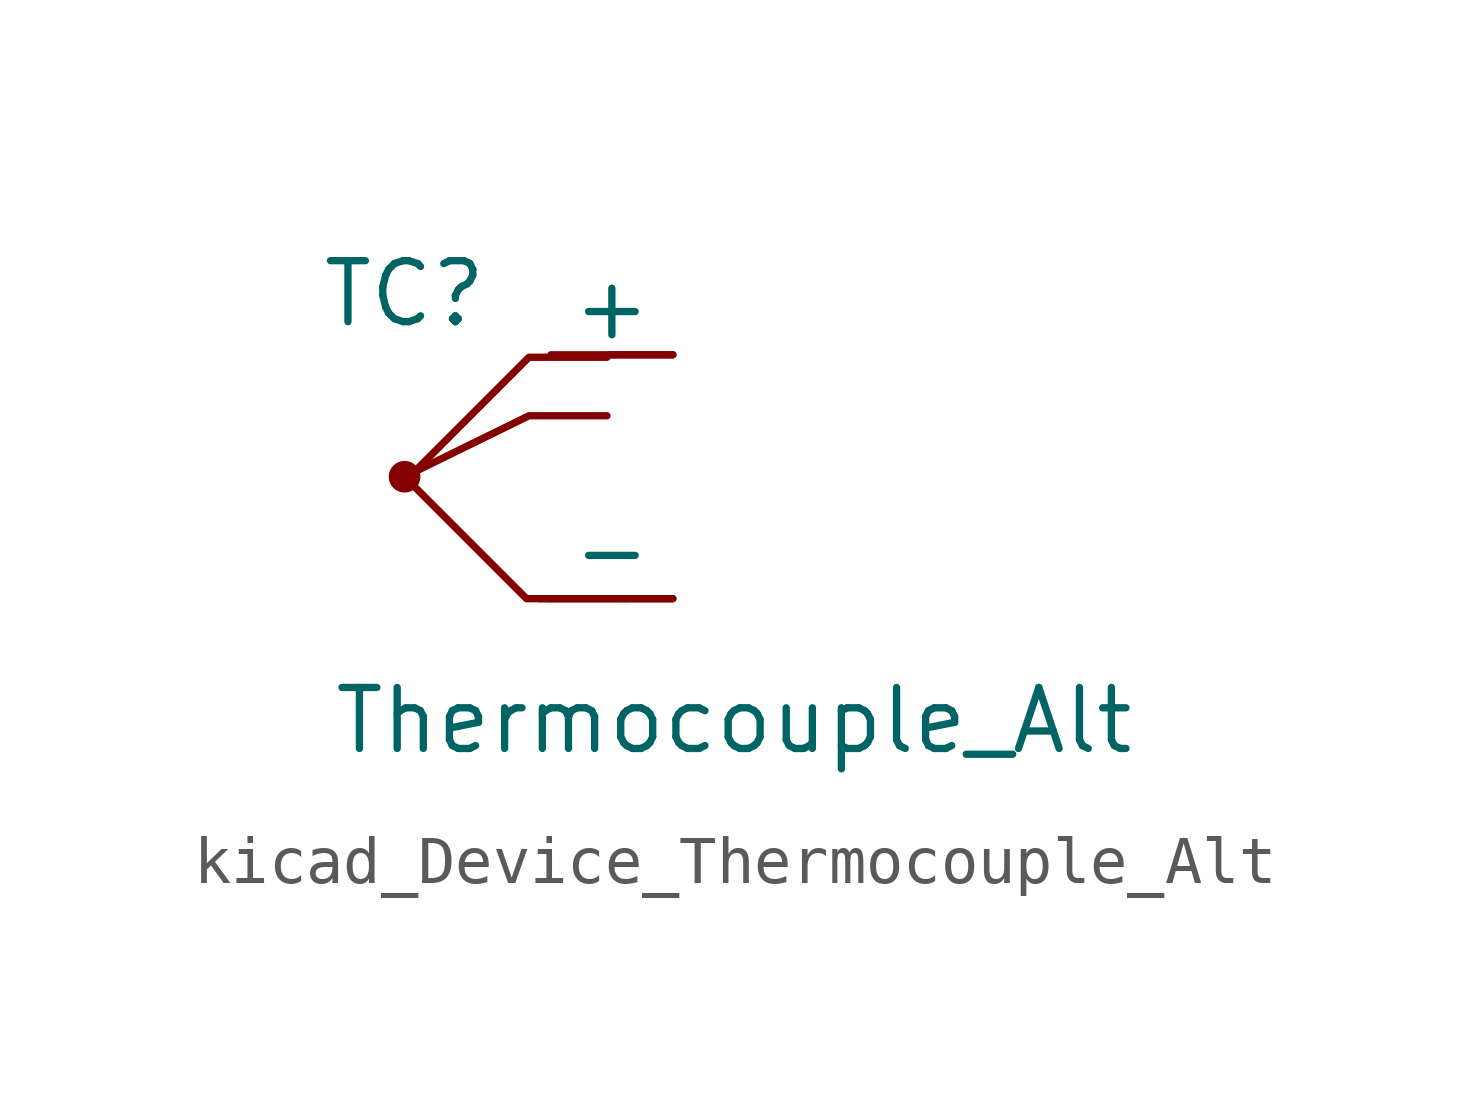
<source format=kicad_sym>
(kicad_symbol_lib
  (version 20220914)
  (generator kicad_symbol_editor)
  (symbol "kicad_Device_Thermocouple_Alt"
    (pin_numbers hide)
    (pin_names
      (offset 0))
    (property "Reference" "TC"
      (at -3.048 3.81 0)
      (effects (font (size 1.27 1.27))))
    (property "Value" "Thermocouple_Alt"
      (at -4.572 -5.08 0)
      (effects (font (size 1.27 1.27)) (justify left)))
    (symbol "kicad_Device_Thermocouple_Alt_0_1"
      (circle (center -3.048 0) (radius 0.254) (stroke (width 0) (type default)) (fill (type outline)))
      (polyline (pts (xy 0 -2.54) (xy -0.254 -2.54)) (stroke (width 0) (type default)) (fill (type none)))
      (polyline (pts (xy 1.219 2.54) (xy 2.54 2.54)) (stroke (width 0) (type default)) (fill (type none)))
      (polyline (pts (xy 1.524 -2.54) (xy 2.54 -2.54)) (stroke (width 0) (type default)) (fill (type none)))
      (polyline (pts (xy 1.168 1.27) (xy -0.457 1.27) (xy -3.048 0)) (stroke (width 0) (type default)) (fill (type none)))
      (polyline (pts (xy 1.168 2.489) (xy -0.457 2.489) (xy -2.997 -0.051)) (stroke (width 0) (type default)) (fill (type none)))
      (polyline (pts (xy 1.524 -2.54) (xy -0.508 -2.54) (xy -3.048 0)) (stroke (width 0) (type default)) (fill (type none))))
    (symbol "kicad_Device_Thermocouple_Alt_1_1"
      (pin passive line (at 2.54 2.54 180) (length 2.54) (name "+" (effects (font (size 1.27 1.27)))) (number "1" (effects (font (size 1.27 1.27)))))
      (pin passive line (at 2.54 -2.54 180) (length 2.54) (name "-" (effects (font (size 1.27 1.27)))) (number "2" (effects (font (size 1.27 1.27))))))))
</source>
